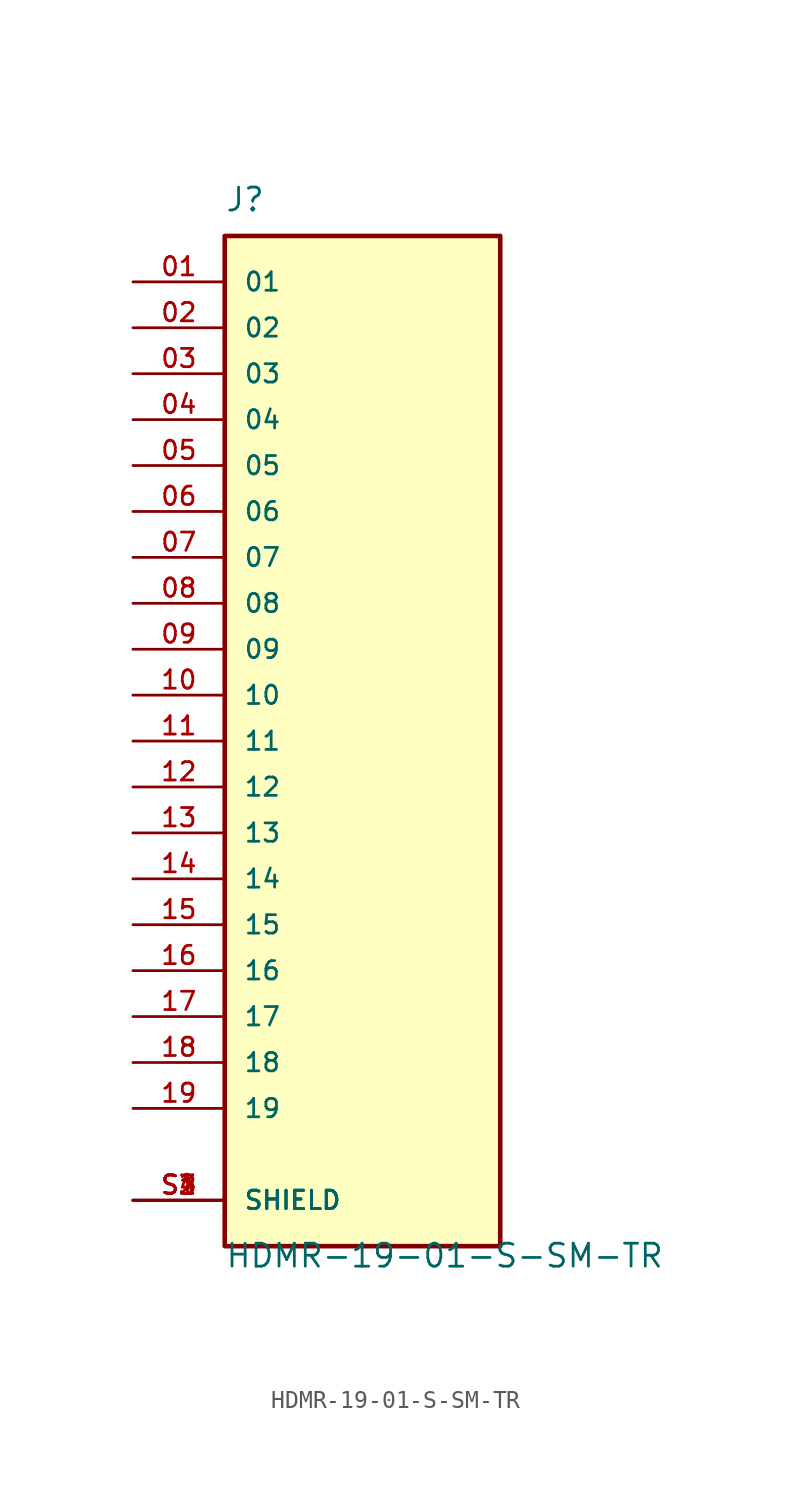
<source format=kicad_sym>
(kicad_symbol_lib
  (version 20211014)
  (generator kicad_symbol_editor)
  (symbol "HDMR-19-01-S-SM-TR"
    (pin_names
      (offset 1.016))
    (property "Reference" "J"
      (at -7.62 29.21 0)
      (effects (font (size 1.27 1.27)) (justify left bottom)))
    (property "Value" "HDMR-19-01-S-SM-TR"
      (at -7.62 -29.21 0)
      (effects (font (size 1.27 1.27)) (justify left bottom)))
    (property "ki_locked" ""
      (at 0 0 0)
      (effects (font (size 1.27 1.27))))
    (symbol "HDMR-19-01-S-SM-TR_0_0"
      (rectangle (start -7.62 -27.94) (end 7.62 27.94) (stroke (width 0.254) (type default) (color 0 0 0 0)) (fill (type background)))
      (pin passive line (at -12.7 25.4 0) (length 5.08) (name "01" (effects (font (size 1.016 1.016)))) (number "01" (effects (font (size 1.016 1.016)))))
      (pin passive line (at -12.7 22.86 0) (length 5.08) (name "02" (effects (font (size 1.016 1.016)))) (number "02" (effects (font (size 1.016 1.016)))))
      (pin passive line (at -12.7 20.32 0) (length 5.08) (name "03" (effects (font (size 1.016 1.016)))) (number "03" (effects (font (size 1.016 1.016)))))
      (pin passive line (at -12.7 17.78 0) (length 5.08) (name "04" (effects (font (size 1.016 1.016)))) (number "04" (effects (font (size 1.016 1.016)))))
      (pin passive line (at -12.7 15.24 0) (length 5.08) (name "05" (effects (font (size 1.016 1.016)))) (number "05" (effects (font (size 1.016 1.016)))))
      (pin passive line (at -12.7 12.7 0) (length 5.08) (name "06" (effects (font (size 1.016 1.016)))) (number "06" (effects (font (size 1.016 1.016)))))
      (pin passive line (at -12.7 10.16 0) (length 5.08) (name "07" (effects (font (size 1.016 1.016)))) (number "07" (effects (font (size 1.016 1.016)))))
      (pin passive line (at -12.7 7.62 0) (length 5.08) (name "08" (effects (font (size 1.016 1.016)))) (number "08" (effects (font (size 1.016 1.016)))))
      (pin passive line (at -12.7 5.08 0) (length 5.08) (name "09" (effects (font (size 1.016 1.016)))) (number "09" (effects (font (size 1.016 1.016)))))
      (pin passive line (at -12.7 2.54 0) (length 5.08) (name "10" (effects (font (size 1.016 1.016)))) (number "10" (effects (font (size 1.016 1.016)))))
      (pin passive line (at -12.7 0 0) (length 5.08) (name "11" (effects (font (size 1.016 1.016)))) (number "11" (effects (font (size 1.016 1.016)))))
      (pin passive line (at -12.7 -2.54 0) (length 5.08) (name "12" (effects (font (size 1.016 1.016)))) (number "12" (effects (font (size 1.016 1.016)))))
      (pin passive line (at -12.7 -5.08 0) (length 5.08) (name "13" (effects (font (size 1.016 1.016)))) (number "13" (effects (font (size 1.016 1.016)))))
      (pin passive line (at -12.7 -7.62 0) (length 5.08) (name "14" (effects (font (size 1.016 1.016)))) (number "14" (effects (font (size 1.016 1.016)))))
      (pin passive line (at -12.7 -10.16 0) (length 5.08) (name "15" (effects (font (size 1.016 1.016)))) (number "15" (effects (font (size 1.016 1.016)))))
      (pin passive line (at -12.7 -12.7 0) (length 5.08) (name "16" (effects (font (size 1.016 1.016)))) (number "16" (effects (font (size 1.016 1.016)))))
      (pin passive line (at -12.7 -15.24 0) (length 5.08) (name "17" (effects (font (size 1.016 1.016)))) (number "17" (effects (font (size 1.016 1.016)))))
      (pin passive line (at -12.7 -17.78 0) (length 5.08) (name "18" (effects (font (size 1.016 1.016)))) (number "18" (effects (font (size 1.016 1.016)))))
      (pin passive line (at -12.7 -20.32 0) (length 5.08) (name "19" (effects (font (size 1.016 1.016)))) (number "19" (effects (font (size 1.016 1.016)))))
      (pin passive line (at -12.7 -25.4 0) (length 5.08) (name "SHIELD" (effects (font (size 1.016 1.016)))) (number "S1" (effects (font (size 1.016 1.016)))))
      (pin passive line (at -12.7 -25.4 0) (length 5.08) (name "SHIELD" (effects (font (size 1.016 1.016)))) (number "S2" (effects (font (size 1.016 1.016)))))
      (pin passive line (at -12.7 -25.4 0) (length 5.08) (name "SHIELD" (effects (font (size 1.016 1.016)))) (number "S3" (effects (font (size 1.016 1.016)))))
      (pin passive line (at -12.7 -25.4 0) (length 5.08) (name "SHIELD" (effects (font (size 1.016 1.016)))) (number "S4" (effects (font (size 1.016 1.016))))))))
</source>
